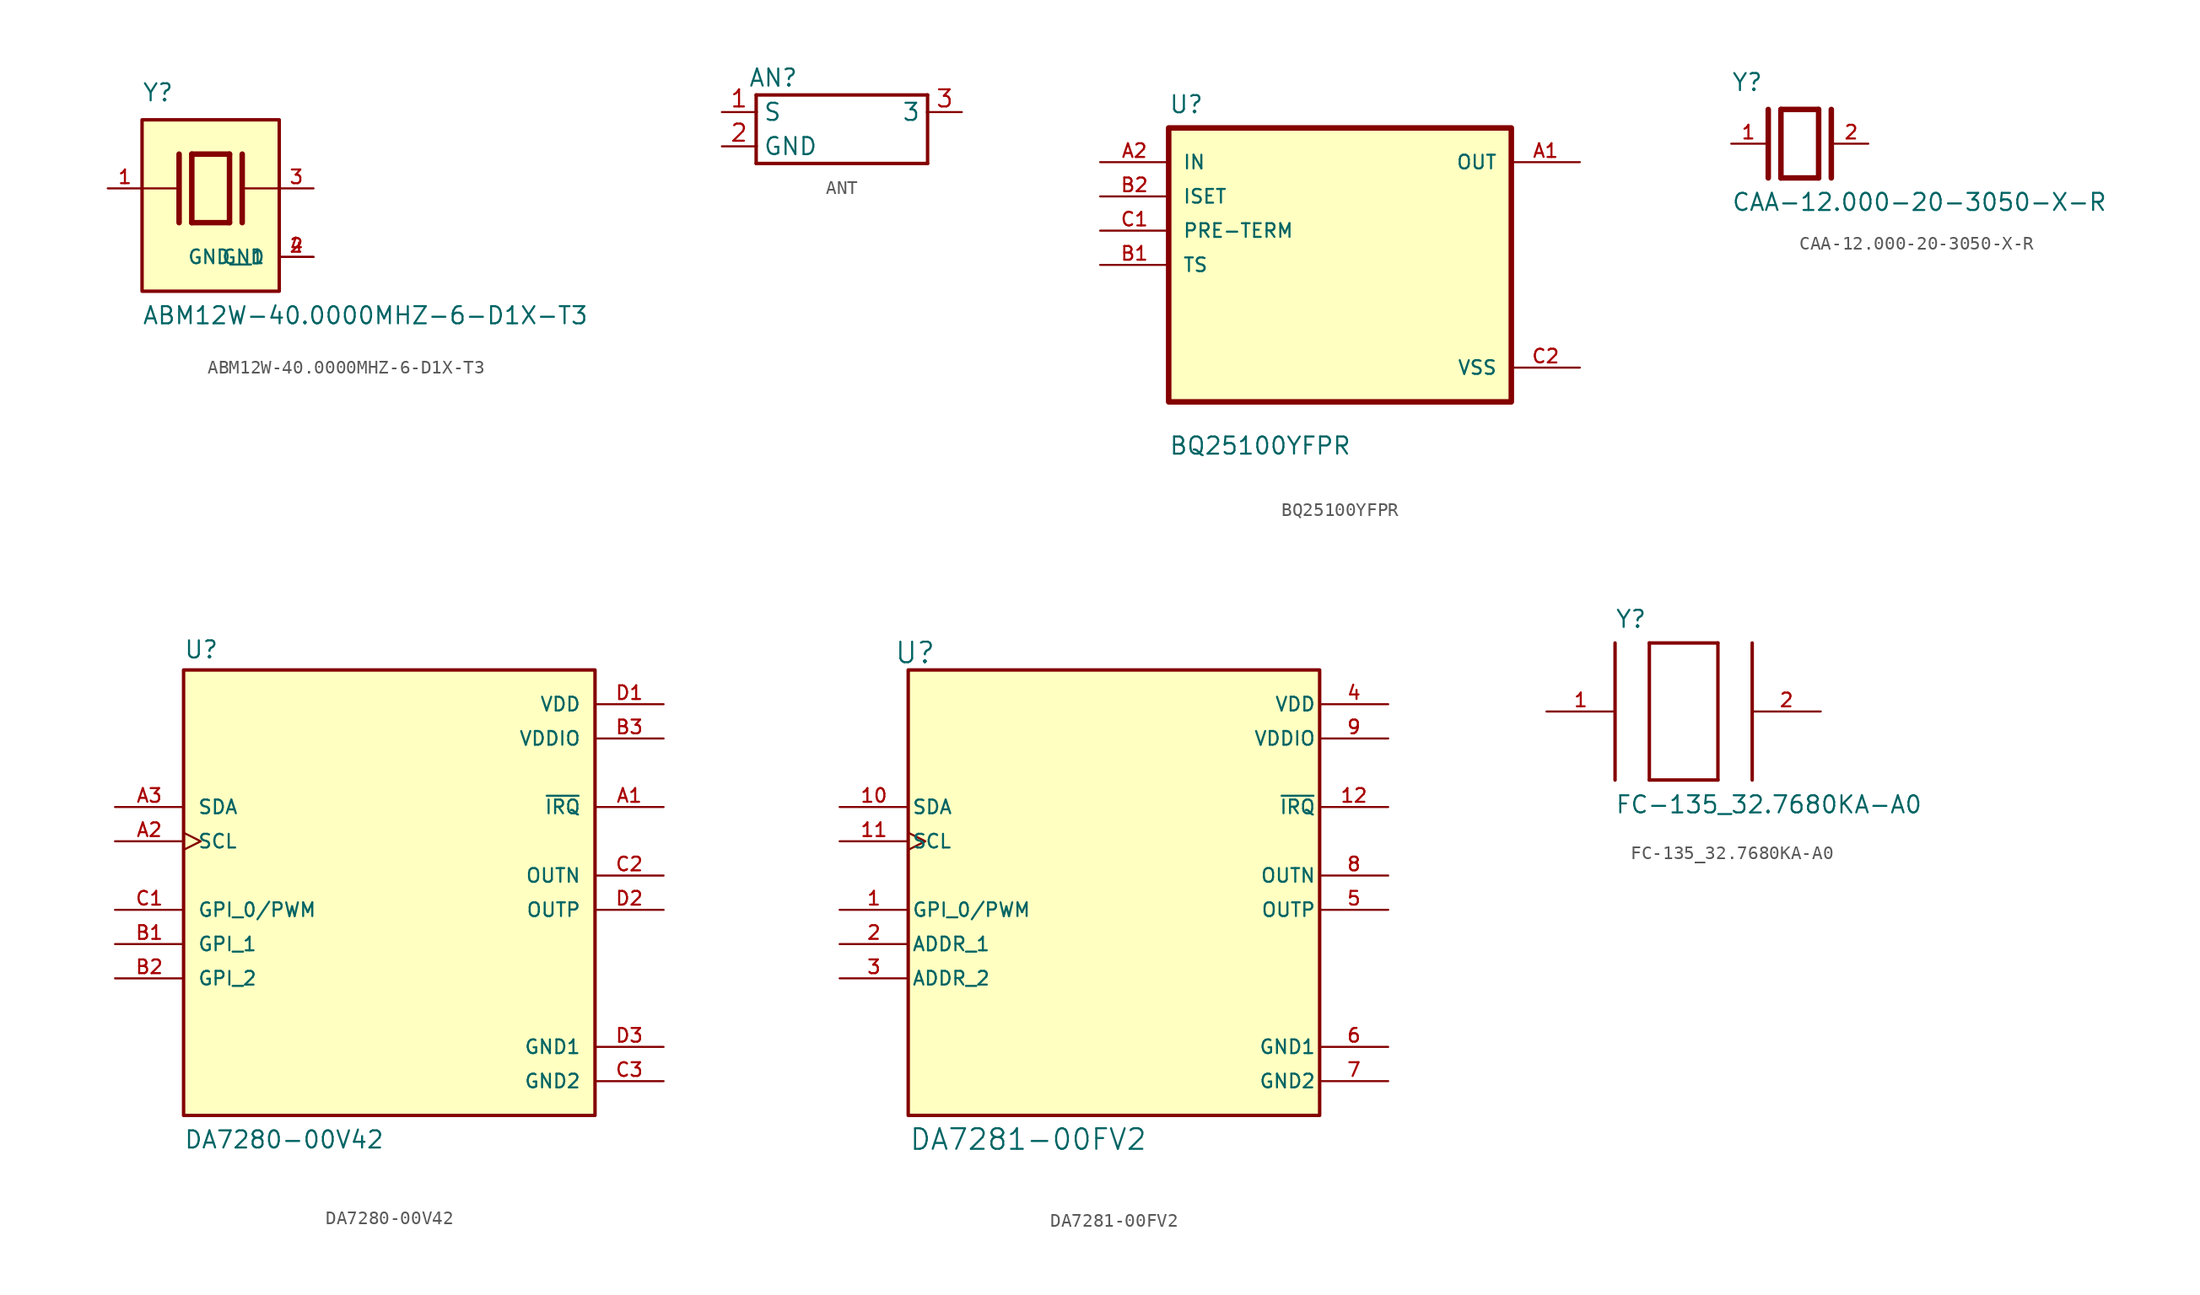
<source format=kicad_sym>
(kicad_symbol_lib
  (version 20241209)
  (generator "kicad_symbol_editor")
  (generator_version "9.0")
  (symbol "ABM12W-40.0000MHZ-6-D1X-T3"
    (pin_names
      (offset 1.016))
    (property "Reference" "Y"
      (at -5.088 6.356 0)
      (effects (font (size 1.27 1.27)) (justify left bottom)))
    (property "Value" "ABM12W-40.0000MHZ-6-D1X-T3"
      (at -5.094 -10.16 0)
      (effects (font (size 1.27 1.27)) (justify left bottom)))
    (symbol "ABM12W-40.0000MHZ-6-D1X-T3_0_0"
      (polyline (pts (xy -5.08 0) (xy -2.54 0)) (stroke (width 0.152) (type default)) (fill (type none)))
      (rectangle (start -5.08 -7.62) (end 5.08 5.08) (stroke (width 0.254) (type default)) (fill (type background)))
      (polyline (pts (xy -2.337 2.54) (xy -2.337 -2.54)) (stroke (width 0.406) (type default)) (fill (type none)))
      (polyline (pts (xy -1.397 2.54) (xy -1.397 -2.54)) (stroke (width 0.406) (type default)) (fill (type none)))
      (polyline (pts (xy -1.397 2.54) (xy 1.397 2.54)) (stroke (width 0.406) (type default)) (fill (type none)))
      (polyline (pts (xy 1.397 2.54) (xy 1.397 -2.54)) (stroke (width 0.406) (type default)) (fill (type none)))
      (polyline (pts (xy 1.397 -2.54) (xy -1.397 -2.54)) (stroke (width 0.406) (type default)) (fill (type none)))
      (polyline (pts (xy 2.337 2.54) (xy 2.337 -2.54)) (stroke (width 0.406) (type default)) (fill (type none)))
      (polyline (pts (xy 2.54 0) (xy 5.08 0)) (stroke (width 0.152) (type default)) (fill (type none)))
      (pin passive line (at -7.62 0 0) (length 2.54) (name "~" (effects (font (size 1.016 1.016)))) (number "1" (effects (font (size 1.016 1.016)))))
      (pin passive line (at 7.62 0 180) (length 2.54) (name "~" (effects (font (size 1.016 1.016)))) (number "3" (effects (font (size 1.016 1.016)))))
      (pin power_in line (at 7.62 -5.08 180) (length 2.54) (name "GND" (effects (font (size 1.016 1.016)))) (number "2" (effects (font (size 1.016 1.016)))))
      (pin power_in line (at 7.62 -5.08 180) (length 2.54) (name "GND__1" (effects (font (size 1.016 1.016)))) (number "4" (effects (font (size 1.016 1.016)))))))
  (symbol "ANT"
    (property "Reference" "AN"
      (at -5.08 3.81 0)
      (effects (font (size 1.27 1.27))))
    (property "Value" ""
      (at 0 0 0)
      (effects (font (size 1.27 1.27))))
    (symbol "ANT_1_0"
      (polyline (pts (xy -6.35 2.54) (xy -6.35 1.27)) (stroke (width 0.254) (type solid)) (fill (type none)))
      (polyline (pts (xy -6.35 1.27) (xy -6.35 -1.27)) (stroke (width 0.254) (type solid)) (fill (type none)))
      (polyline (pts (xy -6.35 -1.27) (xy -6.35 -2.54)) (stroke (width 0.254) (type solid)) (fill (type none)))
      (polyline (pts (xy -6.35 -2.54) (xy 6.35 -2.54)) (stroke (width 0.254) (type solid)) (fill (type none)))
      (polyline (pts (xy 6.35 2.54) (xy -6.35 2.54)) (stroke (width 0.254) (type solid)) (fill (type none)))
      (polyline (pts (xy 6.35 1.27) (xy 6.35 2.54)) (stroke (width 0.254) (type solid)) (fill (type none)))
      (polyline (pts (xy 6.35 -2.54) (xy 6.35 1.27)) (stroke (width 0.254) (type solid)) (fill (type none))))
    (symbol "ANT_1_1"
      (pin passive line (at -8.89 1.27 0) (length 2.54) (name "S" (effects (font (size 1.27 1.27)))) (number "1" (effects (font (size 1.27 1.27)))))
      (pin passive line (at -8.89 -1.27 0) (length 2.54) (name "GND" (effects (font (size 1.27 1.27)))) (number "2" (effects (font (size 1.27 1.27)))))
      (pin passive line (at 8.89 1.27 180) (length 2.54) (name "3" (effects (font (size 1.27 1.27)))) (number "3" (effects (font (size 1.27 1.27)))))))
  (symbol "BQ25100YFPR"
    (pin_names
      (offset 1.016))
    (property "Reference" "U"
      (at -12.7 11.16 0)
      (effects (font (size 1.27 1.27)) (justify left bottom)))
    (property "Value" "BQ25100YFPR"
      (at -12.7 -14.16 0)
      (effects (font (size 1.27 1.27)) (justify left bottom)))
    (symbol "BQ25100YFPR_0_0"
      (rectangle (start -12.7 -10.16) (end 12.7 10.16) (stroke (width 0.41) (type default)) (fill (type background)))
      (pin input line (at -17.78 7.62 0) (length 5.08) (name "IN" (effects (font (size 1.016 1.016)))) (number "A2" (effects (font (size 1.016 1.016)))))
      (pin input line (at -17.78 5.08 0) (length 5.08) (name "ISET" (effects (font (size 1.016 1.016)))) (number "B2" (effects (font (size 1.016 1.016)))))
      (pin input line (at -17.78 2.54 0) (length 5.08) (name "PRE-TERM" (effects (font (size 1.016 1.016)))) (number "C1" (effects (font (size 1.016 1.016)))))
      (pin input line (at -17.78 0 0) (length 5.08) (name "TS" (effects (font (size 1.016 1.016)))) (number "B1" (effects (font (size 1.016 1.016)))))
      (pin output line (at 17.78 7.62 180) (length 5.08) (name "OUT" (effects (font (size 1.016 1.016)))) (number "A1" (effects (font (size 1.016 1.016)))))
      (pin power_in line (at 17.78 -7.62 180) (length 5.08) (name "VSS" (effects (font (size 1.016 1.016)))) (number "C2" (effects (font (size 1.016 1.016)))))))
  (symbol "CAA-12.000-20-3050-X-R"
    (pin_names
      (offset 1.016))
    (property "Reference" "Y"
      (at -5.08 3.81 0)
      (effects (font (size 1.27 1.27)) (justify left bottom)))
    (property "Value" "CAA-12.000-20-3050-X-R"
      (at -5.08 -5.08 0)
      (effects (font (size 1.27 1.27)) (justify left bottom)))
    (symbol "CAA-12.000-20-3050-X-R_0_0"
      (polyline (pts (xy -2.337 2.54) (xy -2.337 -2.54)) (stroke (width 0.406) (type default)) (fill (type none)))
      (polyline (pts (xy -1.397 2.54) (xy -1.397 -2.54)) (stroke (width 0.406) (type default)) (fill (type none)))
      (polyline (pts (xy -1.397 2.54) (xy 1.397 2.54)) (stroke (width 0.406) (type default)) (fill (type none)))
      (polyline (pts (xy 1.397 2.54) (xy 1.397 -2.54)) (stroke (width 0.406) (type default)) (fill (type none)))
      (polyline (pts (xy 1.397 -2.54) (xy -1.397 -2.54)) (stroke (width 0.406) (type default)) (fill (type none)))
      (polyline (pts (xy 2.337 2.54) (xy 2.337 -2.54)) (stroke (width 0.406) (type default)) (fill (type none)))
      (pin passive line (at -5.08 0 0) (length 2.54) (name "~" (effects (font (size 1.016 1.016)))) (number "1" (effects (font (size 1.016 1.016)))))
      (pin passive line (at 5.08 0 180) (length 2.54) (name "~" (effects (font (size 1.016 1.016)))) (number "2" (effects (font (size 1.016 1.016)))))))
  (symbol "DA7280-00V42"
    (pin_names
      (offset 1.016))
    (property "Reference" "U"
      (at -15.24 16.002 0)
      (effects (font (size 1.27 1.27)) (justify left bottom)))
    (property "Value" "DA7280-00V42"
      (at -15.24 -20.32 0)
      (effects (font (size 1.27 1.27)) (justify left bottom)))
    (symbol "DA7280-00V42_0_0"
      (rectangle (start -15.24 -17.78) (end 15.24 15.24) (stroke (width 0.254) (type default)) (fill (type background)))
      (pin bidirectional line (at -20.32 5.08 0) (length 5.08) (name "SDA" (effects (font (size 1.016 1.016)))) (number "A3" (effects (font (size 1.016 1.016)))))
      (pin input clock (at -20.32 2.54 0) (length 5.08) (name "SCL" (effects (font (size 1.016 1.016)))) (number "A2" (effects (font (size 1.016 1.016)))))
      (pin input line (at -20.32 -2.54 0) (length 5.08) (name "GPI_0/PWM" (effects (font (size 1.016 1.016)))) (number "C1" (effects (font (size 1.016 1.016)))))
      (pin input line (at -20.32 -5.08 0) (length 5.08) (name "GPI_1" (effects (font (size 1.016 1.016)))) (number "B1" (effects (font (size 1.016 1.016)))))
      (pin input line (at -20.32 -7.62 0) (length 5.08) (name "GPI_2" (effects (font (size 1.016 1.016)))) (number "B2" (effects (font (size 1.016 1.016)))))
      (pin power_in line (at 20.32 12.7 180) (length 5.08) (name "VDD" (effects (font (size 1.016 1.016)))) (number "D1" (effects (font (size 1.016 1.016)))))
      (pin power_in line (at 20.32 10.16 180) (length 5.08) (name "VDDIO" (effects (font (size 1.016 1.016)))) (number "B3" (effects (font (size 1.016 1.016)))))
      (pin output line (at 20.32 5.08 180) (length 5.08) (name "~{IRQ}" (effects (font (size 1.016 1.016)))) (number "A1" (effects (font (size 1.016 1.016)))))
      (pin output line (at 20.32 0 180) (length 5.08) (name "OUTN" (effects (font (size 1.016 1.016)))) (number "C2" (effects (font (size 1.016 1.016)))))
      (pin output line (at 20.32 -2.54 180) (length 5.08) (name "OUTP" (effects (font (size 1.016 1.016)))) (number "D2" (effects (font (size 1.016 1.016)))))
      (pin power_in line (at 20.32 -12.7 180) (length 5.08) (name "GND1" (effects (font (size 1.016 1.016)))) (number "D3" (effects (font (size 1.016 1.016)))))
      (pin power_in line (at 20.32 -15.24 180) (length 5.08) (name "GND2" (effects (font (size 1.016 1.016)))) (number "C3" (effects (font (size 1.016 1.016)))))))
  (symbol "DA7281-00FV2"
    (pin_names
      (offset 0.254))
    (property "Reference" "U"
      (at -16.002 16.51 0)
      (effects (font (size 1.524 1.524))))
    (property "Value" "DA7281-00FV2"
      (at -7.62 -19.558 0)
      (effects (font (size 1.524 1.524))))
    (property "ki_locked" ""
      (at 0 0 0)
      (effects (font (size 1.27 1.27))))
    (symbol "DA7281-00FV2_0_0"
      (rectangle (start -16.51 15.24) (end 13.97 -17.78) (stroke (width 0.254) (type default)) (fill (type background))))
    (symbol "DA7281-00FV2_1_0"
      (pin bidirectional line (at -21.59 5.08 0) (length 5.08) (name "SDA" (effects (font (size 1.016 1.016)))) (number "10" (effects (font (size 1.016 1.016)))))
      (pin input clock (at -21.59 2.54 0) (length 5.08) (name "SCL" (effects (font (size 1.016 1.016)))) (number "11" (effects (font (size 1.016 1.016)))))
      (pin input line (at -21.59 -2.54 0) (length 5.08) (name "GPI_0/PWM" (effects (font (size 1.016 1.016)))) (number "1" (effects (font (size 1.016 1.016)))))
      (pin input line (at -21.59 -5.08 0) (length 5.08) (name "ADDR_1" (effects (font (size 1.016 1.016)))) (number "2" (effects (font (size 1.016 1.016)))))
      (pin input line (at -21.59 -7.62 0) (length 5.08) (name "ADDR_2" (effects (font (size 1.016 1.016)))) (number "3" (effects (font (size 1.016 1.016)))))
      (pin power_in line (at 19.05 12.7 180) (length 5.08) (name "VDD" (effects (font (size 1.016 1.016)))) (number "4" (effects (font (size 1.016 1.016)))))
      (pin power_in line (at 19.05 10.16 180) (length 5.08) (name "VDDIO" (effects (font (size 1.016 1.016)))) (number "9" (effects (font (size 1.016 1.016)))))
      (pin output line (at 19.05 5.08 180) (length 5.08) (name "~{IRQ}" (effects (font (size 1.016 1.016)))) (number "12" (effects (font (size 1.016 1.016)))))
      (pin output line (at 19.05 0 180) (length 5.08) (name "OUTN" (effects (font (size 1.016 1.016)))) (number "8" (effects (font (size 1.016 1.016)))))
      (pin output line (at 19.05 -2.54 180) (length 5.08) (name "OUTP" (effects (font (size 1.016 1.016)))) (number "5" (effects (font (size 1.016 1.016)))))
      (pin power_in line (at 19.05 -12.7 180) (length 5.08) (name "GND1" (effects (font (size 1.016 1.016)))) (number "6" (effects (font (size 1.016 1.016)))))
      (pin power_in line (at 19.05 -15.24 180) (length 5.08) (name "GND2" (effects (font (size 1.016 1.016)))) (number "7" (effects (font (size 1.016 1.016)))))))
  (symbol "FC-135_32.7680KA-A0"
    (pin_names
      (offset 1.016))
    (property "Reference" "Y"
      (at -5.088 6.106 0)
      (effects (font (size 1.27 1.27)) (justify left bottom)))
    (property "Value" "FC-135_32.7680KA-A0"
      (at -5.095 -7.643 0)
      (effects (font (size 1.27 1.27)) (justify left bottom)))
    (symbol "FC-135_32.7680KA-A0_0_0"
      (polyline (pts (xy -5.08 5.08) (xy -5.08 -5.08)) (stroke (width 0.254) (type default)) (fill (type none)))
      (polyline (pts (xy -2.54 5.08) (xy 2.54 5.08)) (stroke (width 0.254) (type default)) (fill (type none)))
      (polyline (pts (xy -2.54 -5.08) (xy -2.54 5.08)) (stroke (width 0.254) (type default)) (fill (type none)))
      (polyline (pts (xy 2.54 5.08) (xy 2.54 -5.08)) (stroke (width 0.254) (type default)) (fill (type none)))
      (polyline (pts (xy 2.54 -5.08) (xy -2.54 -5.08)) (stroke (width 0.254) (type default)) (fill (type none)))
      (polyline (pts (xy 5.08 5.08) (xy 5.08 -5.08)) (stroke (width 0.254) (type default)) (fill (type none)))
      (pin passive line (at -10.16 0 0) (length 5.08) (name "~" (effects (font (size 1.016 1.016)))) (number "1" (effects (font (size 1.016 1.016)))))
      (pin passive line (at 10.16 0 180) (length 5.08) (name "~" (effects (font (size 1.016 1.016)))) (number "2" (effects (font (size 1.016 1.016))))))))
</source>
